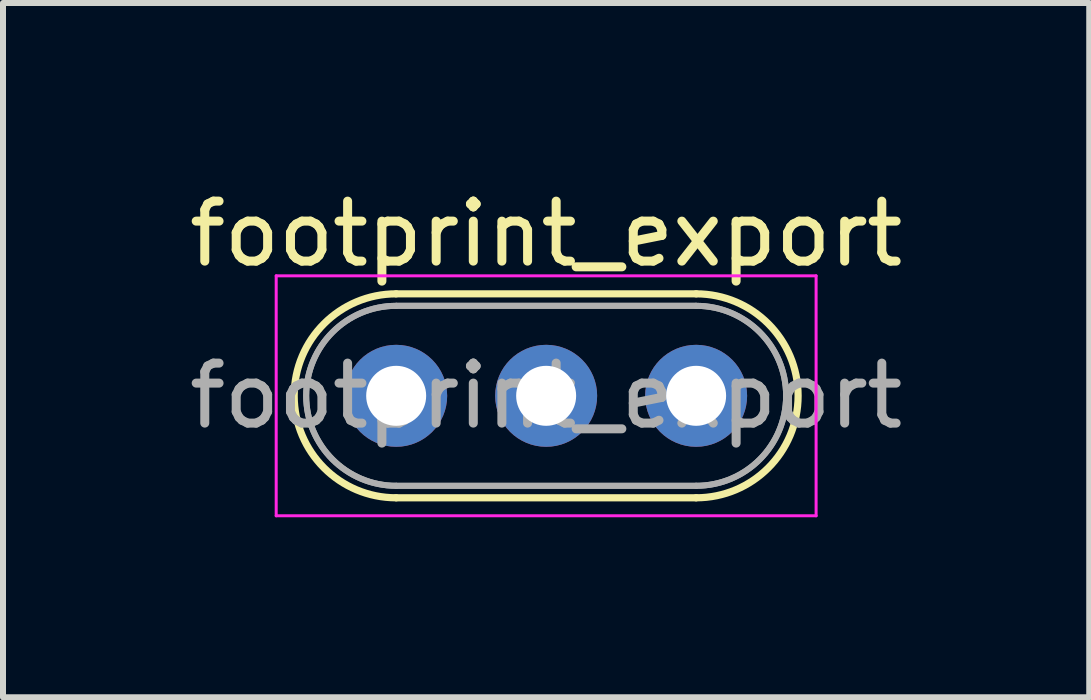
<source format=kicad_pcb>
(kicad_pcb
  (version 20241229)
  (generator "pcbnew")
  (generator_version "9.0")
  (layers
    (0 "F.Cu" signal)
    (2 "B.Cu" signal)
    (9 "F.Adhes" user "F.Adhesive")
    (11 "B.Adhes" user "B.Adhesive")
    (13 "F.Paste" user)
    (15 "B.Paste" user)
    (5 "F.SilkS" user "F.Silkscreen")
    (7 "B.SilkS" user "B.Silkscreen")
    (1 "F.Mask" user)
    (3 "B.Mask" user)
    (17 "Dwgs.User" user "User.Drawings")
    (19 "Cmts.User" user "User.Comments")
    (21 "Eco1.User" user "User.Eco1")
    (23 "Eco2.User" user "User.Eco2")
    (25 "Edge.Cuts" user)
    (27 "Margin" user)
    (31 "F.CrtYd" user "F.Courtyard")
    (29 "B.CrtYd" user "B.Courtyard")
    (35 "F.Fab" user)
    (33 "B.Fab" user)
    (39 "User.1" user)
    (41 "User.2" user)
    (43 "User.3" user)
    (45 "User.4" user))
  (footprint "footprint_export"
    (layer "F.Cu")
    (at 3.554 3.548)
    (property "Reference" "footprint_export" (at 2.5 -2.7 0) (layer "F.SilkS") (effects (font (size 1 1) (thickness 0.15))))
    (attr through_hole)
    (fp_line (start 0 -1.7) (end 5 -1.7) (stroke (width 0.12) (type solid)) (layer "F.SilkS"))
    (fp_line (start 0 1.7) (end 5 1.7) (stroke (width 0.12) (type solid)) (layer "F.SilkS"))
    (fp_arc (start 0 1.7) (mid -1.7 0) (end 0 -1.7) (stroke (width 0.12) (type solid)) (layer "F.SilkS"))
    (fp_arc (start 5 -1.7) (mid 6.7 0) (end 5 1.7) (stroke (width 0.12) (type solid)) (layer "F.SilkS"))
    (fp_line (start -2 -2) (end -2 2) (stroke (width 0.05) (type solid)) (layer "F.CrtYd"))
    (fp_line (start -2 2) (end 7 2) (stroke (width 0.05) (type solid)) (layer "F.CrtYd"))
    (fp_line (start 7 -2) (end -2 -2) (stroke (width 0.05) (type solid)) (layer "F.CrtYd"))
    (fp_line (start 7 2) (end 7 -2) (stroke (width 0.05) (type solid)) (layer "F.CrtYd"))
    (fp_line (start 0 -1.5) (end 5 -1.5) (stroke (width 0.1) (type solid)) (layer "F.Fab"))
    (fp_line (start 0 -1.5) (end 5 -1.5) (stroke (width 0.1) (type solid)) (layer "F.Fab"))
    (fp_line (start 0 1.5) (end 5 1.5) (stroke (width 0.1) (type solid)) (layer "F.Fab"))
    (fp_line (start 0 1.5) (end 5 1.5) (stroke (width 0.1) (type solid)) (layer "F.Fab"))
    (fp_arc (start 0 1.5) (mid -1.5 0) (end 0 -1.5) (stroke (width 0.1) (type solid)) (layer "F.Fab"))
    (fp_arc (start 0 1.5) (mid -1.5 0) (end 0 -1.5) (stroke (width 0.1) (type solid)) (layer "F.Fab"))
    (fp_arc (start 5 -1.5) (mid 6.5 0) (end 5 1.5) (stroke (width 0.1) (type solid)) (layer "F.Fab"))
    (fp_arc (start 5 -1.5) (mid 6.5 0) (end 5 1.5) (stroke (width 0.1) (type solid)) (layer "F.Fab"))
    (fp_text user "${REFERENCE}" (at 2.5 0 0) (layer "F.Fab") (effects (font (size 1 1) (thickness 0.15))))
    (pad "1" thru_hole circle (at 0 0) (size 1.7 1.7) (drill 1) (layers "*.Cu" "*.Mask"))
    (pad "2" thru_hole circle (at 2.5 0) (size 1.7 1.7) (drill 1) (layers "*.Cu" "*.Mask"))
    (pad "3" thru_hole circle (at 5 0) (size 1.7 1.7) (drill 1) (layers "*.Cu" "*.Mask")))
  (gr_rect
    (start -3 -3)
    (end 15.107 8.573)
    (stroke (width 0.1) (type default))
    (fill no)
    (layer "Edge.Cuts")))
</source>
